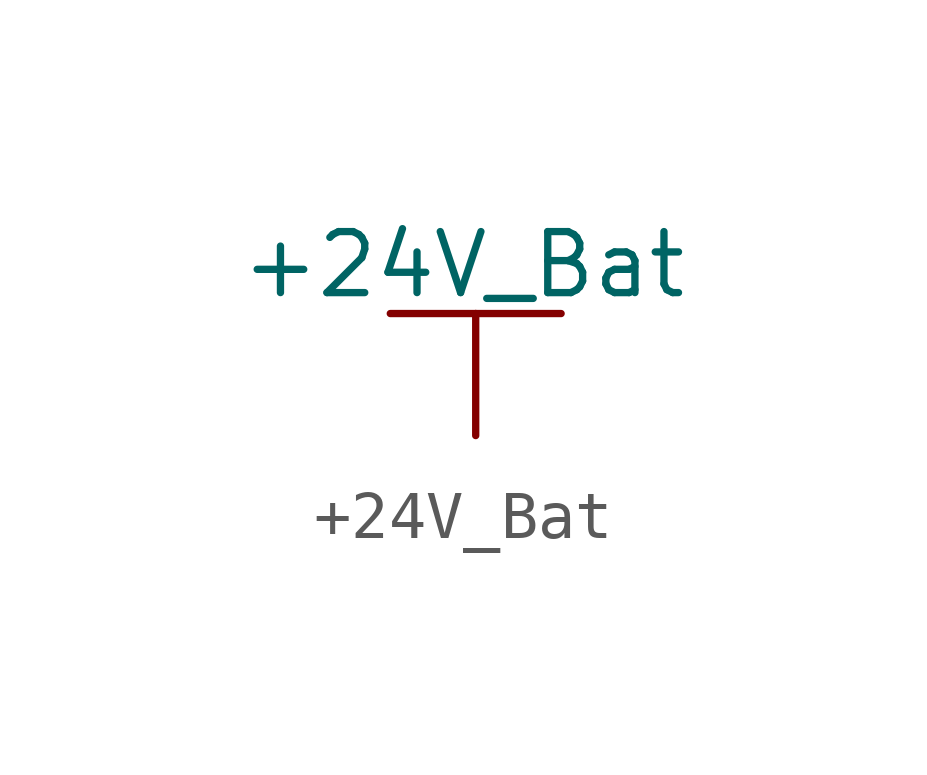
<source format=kicad_sym>
(kicad_symbol_lib
  (version 20220914)
  (generator kicad_symbol_editor)
  (symbol "+24V_Bat"
    (power)
    (pin_numbers hide)
    (pin_names
      (offset 0) hide)
    (property "Reference" "#PWR"
      (at 0 -3.81 0)
      (effects (font (size 1.27 1.27)) hide))
    (property "Value" "+24V_Bat"
      (at -0.254 3.556 0)
      (effects (font (size 1.27 1.27))))
    (property "Footprint" ""
      (at 0 0 0)
      (effects (font (size 1.524 1.524))))
    (property "Datasheet" ""
      (at 0 0 0)
      (effects (font (size 1.524 1.524))))
    (symbol "+24V_Bat_0_1"
      (polyline (pts (xy -1.778 2.54) (xy 0 2.54)) (stroke (width 0) (type default)) (fill (type none)))
      (polyline (pts (xy 0 0) (xy 0 2.54)) (stroke (width 0) (type default)) (fill (type none)))
      (polyline (pts (xy 0 2.54) (xy 1.778 2.54)) (stroke (width 0) (type default)) (fill (type none))))
    (symbol "+24V_Bat_1_1"
      (pin power_in line (at 0 0 90) (length 0) hide (name "24V_Bat" (effects (font (size 1.27 1.27)))) (number "1" (effects (font (size 1.27 1.27))))))))
</source>
